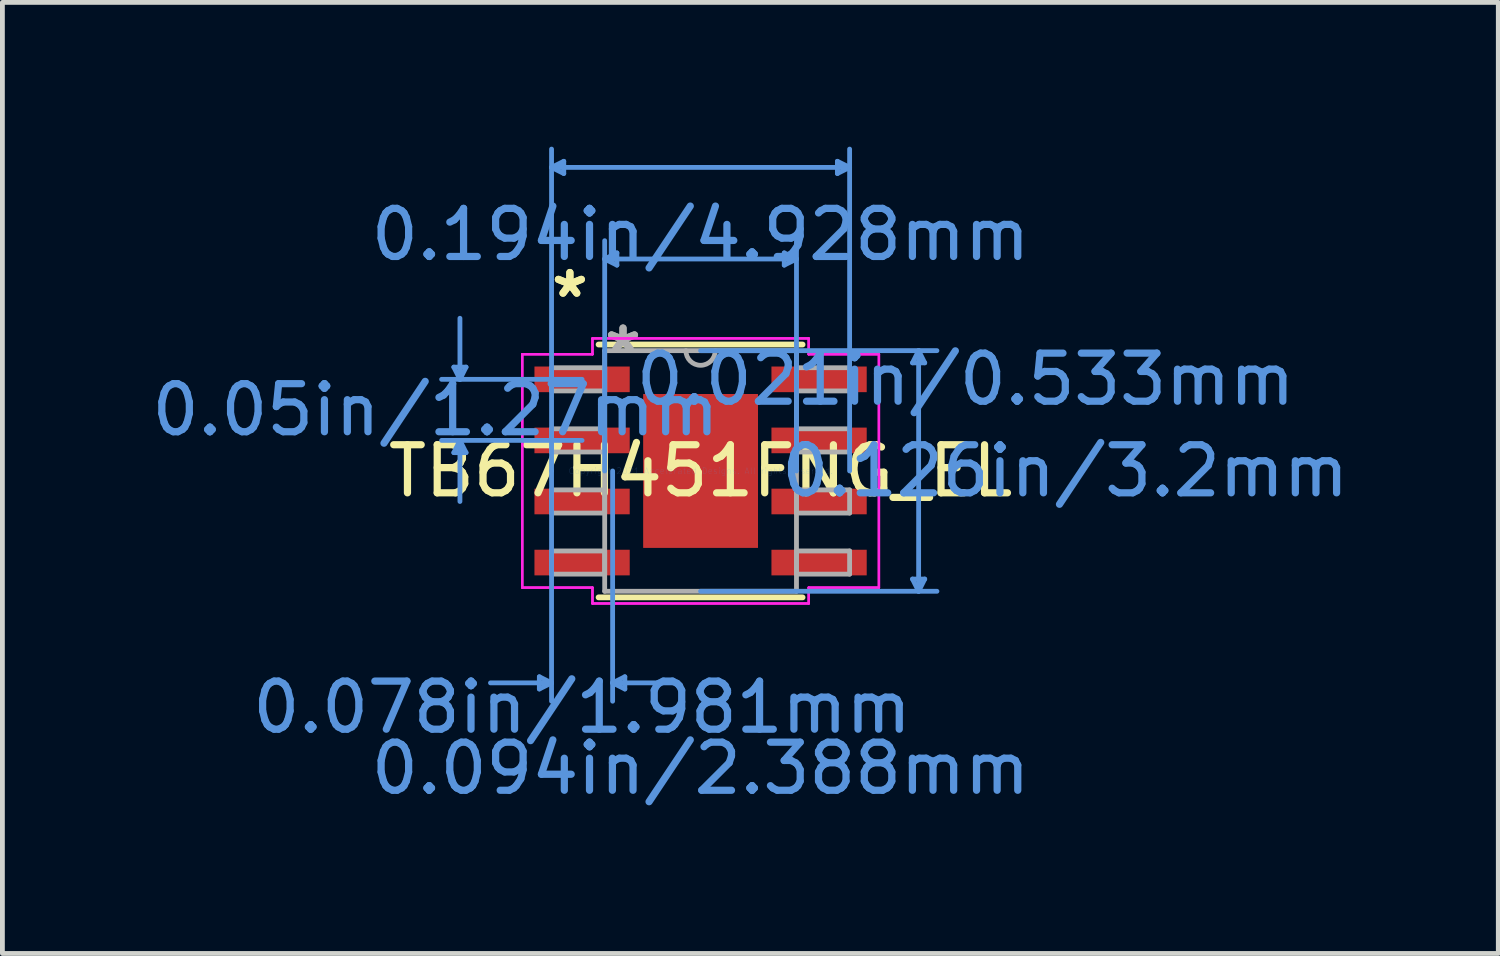
<source format=kicad_pcb>
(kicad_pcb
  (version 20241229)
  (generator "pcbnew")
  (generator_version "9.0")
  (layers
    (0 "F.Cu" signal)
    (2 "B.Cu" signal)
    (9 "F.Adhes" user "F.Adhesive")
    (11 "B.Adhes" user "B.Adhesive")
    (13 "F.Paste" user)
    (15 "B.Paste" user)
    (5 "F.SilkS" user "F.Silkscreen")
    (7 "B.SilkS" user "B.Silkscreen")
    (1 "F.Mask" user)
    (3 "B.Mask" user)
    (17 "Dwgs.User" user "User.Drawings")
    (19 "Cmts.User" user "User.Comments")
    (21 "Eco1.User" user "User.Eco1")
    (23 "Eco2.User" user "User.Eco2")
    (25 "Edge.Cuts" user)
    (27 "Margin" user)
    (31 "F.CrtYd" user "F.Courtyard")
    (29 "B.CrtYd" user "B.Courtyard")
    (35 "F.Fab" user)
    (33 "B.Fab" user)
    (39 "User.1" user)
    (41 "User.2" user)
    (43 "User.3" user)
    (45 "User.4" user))
  (footprint "TB67H451FNG_EL"
    (layer "F.Cu")
    (at 11.518 6.743)
    (property "Reference" "TB67H451FNG_EL" (at 0 0 0) (layer "F.SilkS") (effects (font (size 1 1) (thickness 0.15))))
    (attr through_hole)
    (fp_line (start -2.121 2.629) (end 2.121 2.629) (stroke (width 0.12) (type solid)) (layer "F.SilkS"))
    (fp_line (start 2.121 -2.629) (end -2.121 -2.629) (stroke (width 0.12) (type solid)) (layer "F.SilkS"))
    (fp_poly (pts (xy -1.094 -1.5) (xy -1.094 -0.1) (xy 1.094 -0.1) (xy 1.094 -1.5)) (stroke (width 0.1) (type solid)) (fill yes) (layer "F.Paste"))
    (fp_poly (pts (xy -1.094 0.1) (xy -1.094 1.5) (xy 1.094 1.5) (xy 1.094 0.1)) (stroke (width 0.1) (type solid)) (fill yes) (layer "F.Paste"))
    (fp_line (start -5.131 -2.159) (end -4.877 -2.159) (stroke (width 0.1) (type solid)) (layer "Cmts.User"))
    (fp_line (start -5.131 -0.381) (end -4.877 -0.381) (stroke (width 0.1) (type solid)) (layer "Cmts.User"))
    (fp_line (start -5.004 -1.905) (end -5.131 -2.159) (stroke (width 0.1) (type solid)) (layer "Cmts.User"))
    (fp_line (start -5.004 -1.905) (end -5.004 -3.175) (stroke (width 0.1) (type solid)) (layer "Cmts.User"))
    (fp_line (start -5.004 -1.905) (end -4.877 -2.159) (stroke (width 0.1) (type solid)) (layer "Cmts.User"))
    (fp_line (start -5.004 -0.635) (end -5.131 -0.381) (stroke (width 0.1) (type solid)) (layer "Cmts.User"))
    (fp_line (start -5.004 -0.635) (end -5.004 0.635) (stroke (width 0.1) (type solid)) (layer "Cmts.User"))
    (fp_line (start -5.004 -0.635) (end -4.877 -0.381) (stroke (width 0.1) (type solid)) (layer "Cmts.User"))
    (fp_line (start -3.353 4.28) (end -3.353 4.534) (stroke (width 0.1) (type solid)) (layer "Cmts.User"))
    (fp_line (start -3.099 -6.312) (end -2.845 -6.439) (stroke (width 0.1) (type solid)) (layer "Cmts.User"))
    (fp_line (start -3.099 -6.312) (end -2.845 -6.185) (stroke (width 0.1) (type solid)) (layer "Cmts.User"))
    (fp_line (start -3.099 -6.312) (end 3.099 -6.312) (stroke (width 0.1) (type solid)) (layer "Cmts.User"))
    (fp_line (start -3.099 0) (end -3.099 -6.693) (stroke (width 0.1) (type solid)) (layer "Cmts.User"))
    (fp_line (start -3.099 0) (end -3.099 4.788) (stroke (width 0.1) (type solid)) (layer "Cmts.User"))
    (fp_line (start -3.099 4.407) (end -4.369 4.407) (stroke (width 0.1) (type solid)) (layer "Cmts.User"))
    (fp_line (start -3.099 4.407) (end -3.353 4.28) (stroke (width 0.1) (type solid)) (layer "Cmts.User"))
    (fp_line (start -3.099 4.407) (end -3.353 4.534) (stroke (width 0.1) (type solid)) (layer "Cmts.User"))
    (fp_line (start -2.845 -6.439) (end -2.845 -6.185) (stroke (width 0.1) (type solid)) (layer "Cmts.User"))
    (fp_line (start -2.464 -1.905) (end -5.385 -1.905) (stroke (width 0.1) (type solid)) (layer "Cmts.User"))
    (fp_line (start -2.464 -0.635) (end -5.385 -0.635) (stroke (width 0.1) (type solid)) (layer "Cmts.User"))
    (fp_line (start -1.994 -4.407) (end -1.74 -4.534) (stroke (width 0.1) (type solid)) (layer "Cmts.User"))
    (fp_line (start -1.994 -4.407) (end -1.74 -4.28) (stroke (width 0.1) (type solid)) (layer "Cmts.User"))
    (fp_line (start -1.994 -4.407) (end 1.994 -4.407) (stroke (width 0.1) (type solid)) (layer "Cmts.User"))
    (fp_line (start -1.994 0) (end -1.994 -4.788) (stroke (width 0.1) (type solid)) (layer "Cmts.User"))
    (fp_line (start -1.829 0) (end -1.829 4.788) (stroke (width 0.1) (type solid)) (layer "Cmts.User"))
    (fp_line (start -1.829 4.407) (end -1.575 4.28) (stroke (width 0.1) (type solid)) (layer "Cmts.User"))
    (fp_line (start -1.829 4.407) (end -1.575 4.534) (stroke (width 0.1) (type solid)) (layer "Cmts.User"))
    (fp_line (start -1.829 4.407) (end -0.559 4.407) (stroke (width 0.1) (type solid)) (layer "Cmts.User"))
    (fp_line (start -1.74 -4.534) (end -1.74 -4.28) (stroke (width 0.1) (type solid)) (layer "Cmts.User"))
    (fp_line (start -1.575 4.28) (end -1.575 4.534) (stroke (width 0.1) (type solid)) (layer "Cmts.User"))
    (fp_line (start 0 -2.502) (end 4.915 -2.502) (stroke (width 0.1) (type solid)) (layer "Cmts.User"))
    (fp_line (start 0 2.502) (end 4.915 2.502) (stroke (width 0.1) (type solid)) (layer "Cmts.User"))
    (fp_line (start 1.74 -4.534) (end 1.74 -4.28) (stroke (width 0.1) (type solid)) (layer "Cmts.User"))
    (fp_line (start 1.994 -4.407) (end 1.74 -4.534) (stroke (width 0.1) (type solid)) (layer "Cmts.User"))
    (fp_line (start 1.994 -4.407) (end 1.74 -4.28) (stroke (width 0.1) (type solid)) (layer "Cmts.User"))
    (fp_line (start 1.994 0) (end 1.994 -4.788) (stroke (width 0.1) (type solid)) (layer "Cmts.User"))
    (fp_line (start 2.845 -6.439) (end 2.845 -6.185) (stroke (width 0.1) (type solid)) (layer "Cmts.User"))
    (fp_line (start 3.099 -6.312) (end 2.845 -6.439) (stroke (width 0.1) (type solid)) (layer "Cmts.User"))
    (fp_line (start 3.099 -6.312) (end 2.845 -6.185) (stroke (width 0.1) (type solid)) (layer "Cmts.User"))
    (fp_line (start 3.099 0) (end 3.099 -6.693) (stroke (width 0.1) (type solid)) (layer "Cmts.User"))
    (fp_line (start 4.407 -2.248) (end 4.661 -2.248) (stroke (width 0.1) (type solid)) (layer "Cmts.User"))
    (fp_line (start 4.407 2.248) (end 4.661 2.248) (stroke (width 0.1) (type solid)) (layer "Cmts.User"))
    (fp_line (start 4.534 -2.502) (end 4.407 -2.248) (stroke (width 0.1) (type solid)) (layer "Cmts.User"))
    (fp_line (start 4.534 -2.502) (end 4.534 2.502) (stroke (width 0.1) (type solid)) (layer "Cmts.User"))
    (fp_line (start 4.534 -2.502) (end 4.661 -2.248) (stroke (width 0.1) (type solid)) (layer "Cmts.User"))
    (fp_line (start 4.534 2.502) (end 4.407 2.248) (stroke (width 0.1) (type solid)) (layer "Cmts.User"))
    (fp_line (start 4.534 2.502) (end 4.661 2.248) (stroke (width 0.1) (type solid)) (layer "Cmts.User"))
    (fp_line (start -3.708 -2.426) (end -2.248 -2.426) (stroke (width 0.05) (type solid)) (layer "F.CrtYd"))
    (fp_line (start -3.708 -2.426) (end -2.248 -2.426) (stroke (width 0.05) (type solid)) (layer "F.CrtYd"))
    (fp_line (start -3.708 2.426) (end -3.708 -2.426) (stroke (width 0.05) (type solid)) (layer "F.CrtYd"))
    (fp_line (start -3.708 2.426) (end -3.708 -2.426) (stroke (width 0.05) (type solid)) (layer "F.CrtYd"))
    (fp_line (start -3.708 2.426) (end -2.248 2.426) (stroke (width 0.05) (type solid)) (layer "F.CrtYd"))
    (fp_line (start -2.248 -2.756) (end 2.248 -2.756) (stroke (width 0.05) (type solid)) (layer "F.CrtYd"))
    (fp_line (start -2.248 -2.756) (end 2.248 -2.756) (stroke (width 0.05) (type solid)) (layer "F.CrtYd"))
    (fp_line (start -2.248 -2.426) (end -2.248 -2.756) (stroke (width 0.05) (type solid)) (layer "F.CrtYd"))
    (fp_line (start -2.248 -2.426) (end -2.248 -2.756) (stroke (width 0.05) (type solid)) (layer "F.CrtYd"))
    (fp_line (start -2.248 2.426) (end -3.708 2.426) (stroke (width 0.05) (type solid)) (layer "F.CrtYd"))
    (fp_line (start -2.248 2.756) (end -2.248 2.426) (stroke (width 0.05) (type solid)) (layer "F.CrtYd"))
    (fp_line (start -2.248 2.756) (end -2.248 2.426) (stroke (width 0.05) (type solid)) (layer "F.CrtYd"))
    (fp_line (start 2.248 -2.756) (end 2.248 -2.426) (stroke (width 0.05) (type solid)) (layer "F.CrtYd"))
    (fp_line (start 2.248 -2.756) (end 2.248 -2.426) (stroke (width 0.05) (type solid)) (layer "F.CrtYd"))
    (fp_line (start 2.248 -2.426) (end 3.708 -2.426) (stroke (width 0.05) (type solid)) (layer "F.CrtYd"))
    (fp_line (start 2.248 2.426) (end 2.248 2.756) (stroke (width 0.05) (type solid)) (layer "F.CrtYd"))
    (fp_line (start 2.248 2.426) (end 2.248 2.756) (stroke (width 0.05) (type solid)) (layer "F.CrtYd"))
    (fp_line (start 2.248 2.756) (end -2.248 2.756) (stroke (width 0.05) (type solid)) (layer "F.CrtYd"))
    (fp_line (start 2.248 2.756) (end -2.248 2.756) (stroke (width 0.05) (type solid)) (layer "F.CrtYd"))
    (fp_line (start 3.708 -2.426) (end 2.248 -2.426) (stroke (width 0.05) (type solid)) (layer "F.CrtYd"))
    (fp_line (start 3.708 -2.426) (end 3.708 2.426) (stroke (width 0.05) (type solid)) (layer "F.CrtYd"))
    (fp_line (start 3.708 -2.426) (end 3.708 2.426) (stroke (width 0.05) (type solid)) (layer "F.CrtYd"))
    (fp_line (start 3.708 2.426) (end 2.248 2.426) (stroke (width 0.05) (type solid)) (layer "F.CrtYd"))
    (fp_line (start 3.708 2.426) (end 2.248 2.426) (stroke (width 0.05) (type solid)) (layer "F.CrtYd"))
    (fp_line (start -3.099 -2.146) (end -3.099 -1.664) (stroke (width 0.1) (type solid)) (layer "F.Fab"))
    (fp_line (start -3.099 -1.664) (end -1.994 -1.664) (stroke (width 0.1) (type solid)) (layer "F.Fab"))
    (fp_line (start -3.099 -0.876) (end -3.099 -0.394) (stroke (width 0.1) (type solid)) (layer "F.Fab"))
    (fp_line (start -3.099 -0.394) (end -1.994 -0.394) (stroke (width 0.1) (type solid)) (layer "F.Fab"))
    (fp_line (start -3.099 0.394) (end -3.099 0.876) (stroke (width 0.1) (type solid)) (layer "F.Fab"))
    (fp_line (start -3.099 0.876) (end -1.994 0.876) (stroke (width 0.1) (type solid)) (layer "F.Fab"))
    (fp_line (start -3.099 1.664) (end -3.099 2.146) (stroke (width 0.1) (type solid)) (layer "F.Fab"))
    (fp_line (start -3.099 2.146) (end -1.994 2.146) (stroke (width 0.1) (type solid)) (layer "F.Fab"))
    (fp_line (start -1.994 -2.502) (end -1.994 2.502) (stroke (width 0.1) (type solid)) (layer "F.Fab"))
    (fp_line (start -1.994 -2.146) (end -3.099 -2.146) (stroke (width 0.1) (type solid)) (layer "F.Fab"))
    (fp_line (start -1.994 -1.664) (end -1.994 -2.146) (stroke (width 0.1) (type solid)) (layer "F.Fab"))
    (fp_line (start -1.994 -0.876) (end -3.099 -0.876) (stroke (width 0.1) (type solid)) (layer "F.Fab"))
    (fp_line (start -1.994 -0.394) (end -1.994 -0.876) (stroke (width 0.1) (type solid)) (layer "F.Fab"))
    (fp_line (start -1.994 0.394) (end -3.099 0.394) (stroke (width 0.1) (type solid)) (layer "F.Fab"))
    (fp_line (start -1.994 0.876) (end -1.994 0.394) (stroke (width 0.1) (type solid)) (layer "F.Fab"))
    (fp_line (start -1.994 1.664) (end -3.099 1.664) (stroke (width 0.1) (type solid)) (layer "F.Fab"))
    (fp_line (start -1.994 2.146) (end -1.994 1.664) (stroke (width 0.1) (type solid)) (layer "F.Fab"))
    (fp_line (start -1.994 2.502) (end 1.994 2.502) (stroke (width 0.1) (type solid)) (layer "F.Fab"))
    (fp_line (start 1.994 -2.502) (end -1.994 -2.502) (stroke (width 0.1) (type solid)) (layer "F.Fab"))
    (fp_line (start 1.994 -2.146) (end 1.994 -1.664) (stroke (width 0.1) (type solid)) (layer "F.Fab"))
    (fp_line (start 1.994 -1.664) (end 3.099 -1.664) (stroke (width 0.1) (type solid)) (layer "F.Fab"))
    (fp_line (start 1.994 -0.876) (end 1.994 -0.394) (stroke (width 0.1) (type solid)) (layer "F.Fab"))
    (fp_line (start 1.994 -0.394) (end 3.099 -0.394) (stroke (width 0.1) (type solid)) (layer "F.Fab"))
    (fp_line (start 1.994 0.394) (end 1.994 0.876) (stroke (width 0.1) (type solid)) (layer "F.Fab"))
    (fp_line (start 1.994 0.876) (end 3.099 0.876) (stroke (width 0.1) (type solid)) (layer "F.Fab"))
    (fp_line (start 1.994 1.664) (end 1.994 2.146) (stroke (width 0.1) (type solid)) (layer "F.Fab"))
    (fp_line (start 1.994 2.146) (end 3.099 2.146) (stroke (width 0.1) (type solid)) (layer "F.Fab"))
    (fp_line (start 1.994 2.502) (end 1.994 -2.502) (stroke (width 0.1) (type solid)) (layer "F.Fab"))
    (fp_line (start 3.099 -2.146) (end 1.994 -2.146) (stroke (width 0.1) (type solid)) (layer "F.Fab"))
    (fp_line (start 3.099 -1.664) (end 3.099 -2.146) (stroke (width 0.1) (type solid)) (layer "F.Fab"))
    (fp_line (start 3.099 -0.876) (end 1.994 -0.876) (stroke (width 0.1) (type solid)) (layer "F.Fab"))
    (fp_line (start 3.099 -0.394) (end 3.099 -0.876) (stroke (width 0.1) (type solid)) (layer "F.Fab"))
    (fp_line (start 3.099 0.394) (end 1.994 0.394) (stroke (width 0.1) (type solid)) (layer "F.Fab"))
    (fp_line (start 3.099 0.876) (end 3.099 0.394) (stroke (width 0.1) (type solid)) (layer "F.Fab"))
    (fp_line (start 3.099 1.664) (end 1.994 1.664) (stroke (width 0.1) (type solid)) (layer "F.Fab"))
    (fp_line (start 3.099 2.146) (end 3.099 1.664) (stroke (width 0.1) (type solid)) (layer "F.Fab"))
    (fp_arc (start 0.3048 -2.5019) (mid 0 -2.1971) (end -0.3048 -2.5019) (stroke (width 0.1) (type solid)) (layer "F.Fab"))
    (fp_text user "*" (at -2.718 -3.581 0) (layer "F.SilkS") (effects (font (size 1 1) (thickness 0.15))))
    (fp_text user "*" (at -2.718 -3.581 0) (layer "F.SilkS") (effects (font (size 1 1) (thickness 0.15))))
    (fp_text user "0.078in/1.981mm" (at -2.464 4.915 0) (layer "Cmts.User") (effects (font (size 1 1) (thickness 0.15))))
    (fp_text user "0.021in/0.533mm" (at 5.512 -1.905 0) (layer "Cmts.User") (effects (font (size 1 1) (thickness 0.15))))
    (fp_text user "0.126in/3.2mm" (at 7.582 0 0) (layer "Cmts.User") (effects (font (size 1 1) (thickness 0.15))))
    (fp_text user "0.094in/2.388mm" (at 0 6.185 0) (layer "Cmts.User") (effects (font (size 1 1) (thickness 0.15))))
    (fp_text user "Copyright 2021 Accelerated Designs. All rights reserved." (at 0 0 0) (layer "Cmts.User") (effects (font (size 0.127 0.127) (thickness 0.002))))
    (fp_text user "0.194in/4.928mm" (at 0 -4.915 0) (layer "Cmts.User") (effects (font (size 1 1) (thickness 0.15))))
    (fp_text user "0.05in/1.27mm" (at -5.512 -1.27 0) (layer "Cmts.User") (effects (font (size 1 1) (thickness 0.15))))
    (fp_text user "*" (at -1.613 -2.426 0) (layer "F.Fab") (effects (font (size 1 1) (thickness 0.15))))
    (fp_text user "*" (at -1.613 -2.426 0) (layer "F.Fab") (effects (font (size 1 1) (thickness 0.15))))
    (pad "1" smd rect (at -2.464 -1.905) (size 1.981 0.533) (layers "F.Cu" "F.Mask" "F.Paste"))
    (pad "2" smd rect (at -2.464 -0.635) (size 1.981 0.533) (layers "F.Cu" "F.Mask" "F.Paste"))
    (pad "3" smd rect (at -2.464 0.635) (size 1.981 0.533) (layers "F.Cu" "F.Mask" "F.Paste"))
    (pad "4" smd rect (at -2.464 1.905) (size 1.981 0.533) (layers "F.Cu" "F.Mask" "F.Paste"))
    (pad "5" smd rect (at 2.464 1.905) (size 1.981 0.533) (layers "F.Cu" "F.Mask" "F.Paste"))
    (pad "6" smd rect (at 2.464 0.635) (size 1.981 0.533) (layers "F.Cu" "F.Mask" "F.Paste"))
    (pad "7" smd rect (at 2.464 -0.635) (size 1.981 0.533) (layers "F.Cu" "F.Mask" "F.Paste"))
    (pad "8" smd rect (at 2.464 -1.905) (size 1.981 0.533) (layers "F.Cu" "F.Mask" "F.Paste"))
    (pad "EPAD" smd rect (at 0 0) (size 2.388 3.2) (layers "F.Cu" "F.Mask")))
  (gr_rect
    (start -3 -3)
    (end 28.106 16.776)
    (stroke (width 0.1) (type default))
    (fill no)
    (layer "Edge.Cuts")))
</source>
